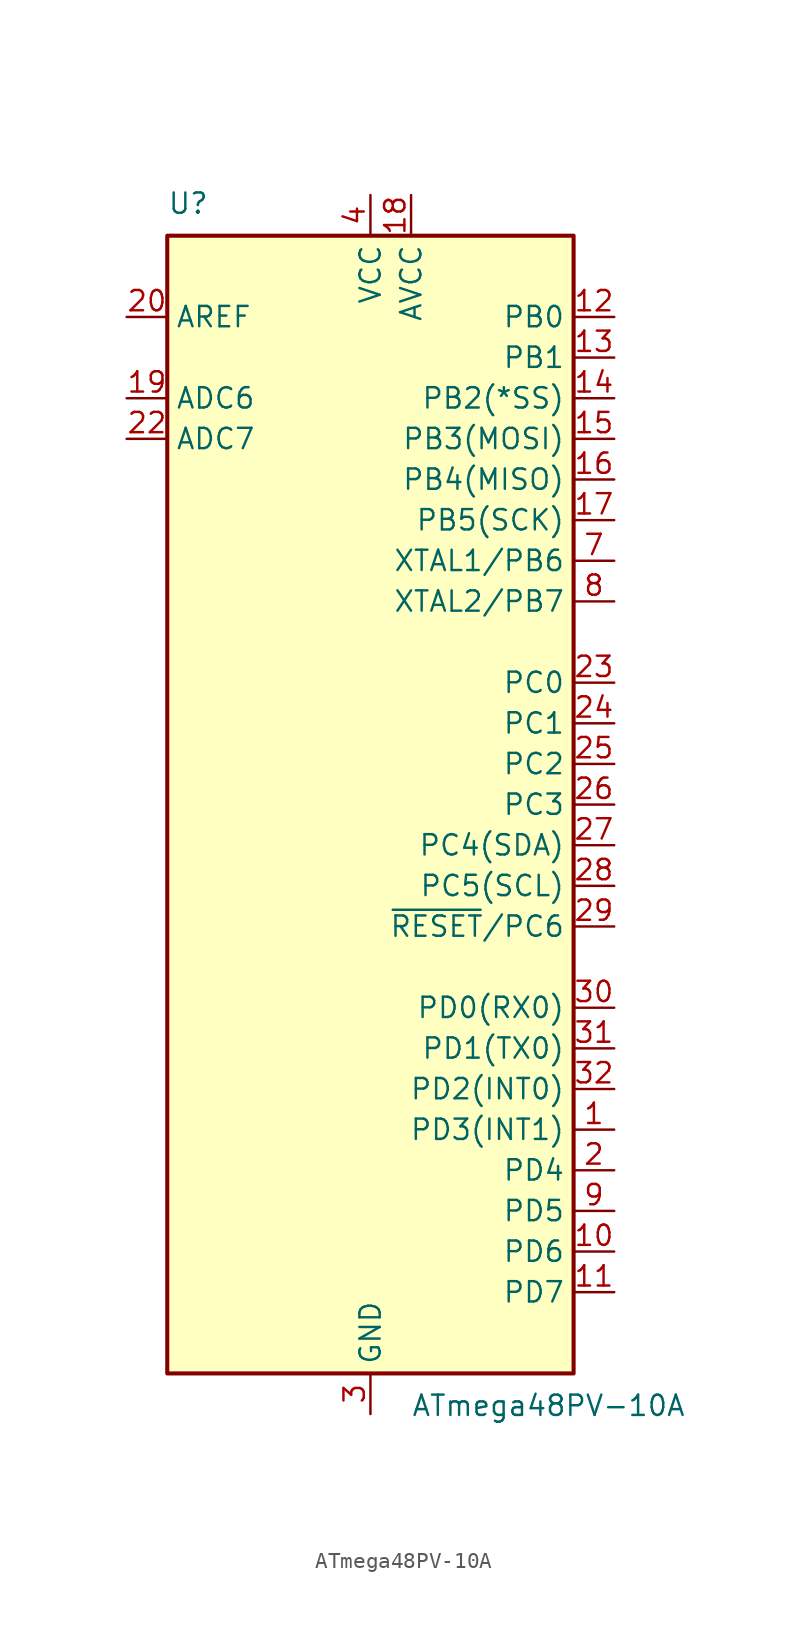
<source format=kicad_sym>
(kicad_symbol_lib
  (version 20220914)
  (generator kicad_symbol_editor)
  (symbol "ATmega48PV-10A"
    (property "Reference" "U"
      (at -12.7 36.83 0)
      (effects (font (size 1.27 1.27)) (justify left bottom)))
    (property "Value" "ATmega48PV-10A"
      (at 2.54 -36.83 0)
      (effects (font (size 1.27 1.27)) (justify left top)))
    (symbol "ATmega48PV-10A_0_1"
      (rectangle (start -12.7 35.56) (end 12.7 -35.56) (stroke (width 0.254) (type default)) (fill (type background))))
    (symbol "ATmega48PV-10A_1_1"
      (pin bidirectional line (at 15.24 -20.32 180) (length 2.54) (name "PD3(INT1)" (effects (font (size 1.27 1.27)))) (number "1" (effects (font (size 1.27 1.27)))))
      (pin bidirectional line (at 15.24 -27.94 180) (length 2.54) (name "PD6" (effects (font (size 1.27 1.27)))) (number "10" (effects (font (size 1.27 1.27)))))
      (pin bidirectional line (at 15.24 -30.48 180) (length 2.54) (name "PD7" (effects (font (size 1.27 1.27)))) (number "11" (effects (font (size 1.27 1.27)))))
      (pin bidirectional line (at 15.24 30.48 180) (length 2.54) (name "PB0" (effects (font (size 1.27 1.27)))) (number "12" (effects (font (size 1.27 1.27)))))
      (pin bidirectional line (at 15.24 27.94 180) (length 2.54) (name "PB1" (effects (font (size 1.27 1.27)))) (number "13" (effects (font (size 1.27 1.27)))))
      (pin bidirectional line (at 15.24 25.4 180) (length 2.54) (name "PB2(*SS)" (effects (font (size 1.27 1.27)))) (number "14" (effects (font (size 1.27 1.27)))))
      (pin bidirectional line (at 15.24 22.86 180) (length 2.54) (name "PB3(MOSI)" (effects (font (size 1.27 1.27)))) (number "15" (effects (font (size 1.27 1.27)))))
      (pin bidirectional line (at 15.24 20.32 180) (length 2.54) (name "PB4(MISO)" (effects (font (size 1.27 1.27)))) (number "16" (effects (font (size 1.27 1.27)))))
      (pin bidirectional line (at 15.24 17.78 180) (length 2.54) (name "PB5(SCK)" (effects (font (size 1.27 1.27)))) (number "17" (effects (font (size 1.27 1.27)))))
      (pin power_in line (at 2.54 38.1 270) (length 2.54) (name "AVCC" (effects (font (size 1.27 1.27)))) (number "18" (effects (font (size 1.27 1.27)))))
      (pin input line (at -15.24 25.4 0) (length 2.54) (name "ADC6" (effects (font (size 1.27 1.27)))) (number "19" (effects (font (size 1.27 1.27)))))
      (pin bidirectional line (at 15.24 -22.86 180) (length 2.54) (name "PD4" (effects (font (size 1.27 1.27)))) (number "2" (effects (font (size 1.27 1.27)))))
      (pin passive line (at -15.24 30.48 0) (length 2.54) (name "AREF" (effects (font (size 1.27 1.27)))) (number "20" (effects (font (size 1.27 1.27)))))
      (pin passive line (at 0 -38.1 90) (length 2.54) hide (name "GND" (effects (font (size 1.27 1.27)))) (number "21" (effects (font (size 1.27 1.27)))))
      (pin input line (at -15.24 22.86 0) (length 2.54) (name "ADC7" (effects (font (size 1.27 1.27)))) (number "22" (effects (font (size 1.27 1.27)))))
      (pin bidirectional line (at 15.24 7.62 180) (length 2.54) (name "PC0" (effects (font (size 1.27 1.27)))) (number "23" (effects (font (size 1.27 1.27)))))
      (pin bidirectional line (at 15.24 5.08 180) (length 2.54) (name "PC1" (effects (font (size 1.27 1.27)))) (number "24" (effects (font (size 1.27 1.27)))))
      (pin bidirectional line (at 15.24 2.54 180) (length 2.54) (name "PC2" (effects (font (size 1.27 1.27)))) (number "25" (effects (font (size 1.27 1.27)))))
      (pin bidirectional line (at 15.24 0 180) (length 2.54) (name "PC3" (effects (font (size 1.27 1.27)))) (number "26" (effects (font (size 1.27 1.27)))))
      (pin bidirectional line (at 15.24 -2.54 180) (length 2.54) (name "PC4(SDA)" (effects (font (size 1.27 1.27)))) (number "27" (effects (font (size 1.27 1.27)))))
      (pin bidirectional line (at 15.24 -5.08 180) (length 2.54) (name "PC5(SCL)" (effects (font (size 1.27 1.27)))) (number "28" (effects (font (size 1.27 1.27)))))
      (pin bidirectional line (at 15.24 -7.62 180) (length 2.54) (name "~{RESET}/PC6" (effects (font (size 1.27 1.27)))) (number "29" (effects (font (size 1.27 1.27)))))
      (pin power_in line (at 0 -38.1 90) (length 2.54) (name "GND" (effects (font (size 1.27 1.27)))) (number "3" (effects (font (size 1.27 1.27)))))
      (pin bidirectional line (at 15.24 -12.7 180) (length 2.54) (name "PD0(RX0)" (effects (font (size 1.27 1.27)))) (number "30" (effects (font (size 1.27 1.27)))))
      (pin bidirectional line (at 15.24 -15.24 180) (length 2.54) (name "PD1(TX0)" (effects (font (size 1.27 1.27)))) (number "31" (effects (font (size 1.27 1.27)))))
      (pin bidirectional line (at 15.24 -17.78 180) (length 2.54) (name "PD2(INT0)" (effects (font (size 1.27 1.27)))) (number "32" (effects (font (size 1.27 1.27)))))
      (pin power_in line (at 0 38.1 270) (length 2.54) (name "VCC" (effects (font (size 1.27 1.27)))) (number "4" (effects (font (size 1.27 1.27)))))
      (pin passive line (at 0 -38.1 90) (length 2.54) hide (name "GND" (effects (font (size 1.27 1.27)))) (number "5" (effects (font (size 1.27 1.27)))))
      (pin passive line (at 0 38.1 270) (length 2.54) hide (name "VCC" (effects (font (size 1.27 1.27)))) (number "6" (effects (font (size 1.27 1.27)))))
      (pin bidirectional line (at 15.24 15.24 180) (length 2.54) (name "XTAL1/PB6" (effects (font (size 1.27 1.27)))) (number "7" (effects (font (size 1.27 1.27)))))
      (pin bidirectional line (at 15.24 12.7 180) (length 2.54) (name "XTAL2/PB7" (effects (font (size 1.27 1.27)))) (number "8" (effects (font (size 1.27 1.27)))))
      (pin bidirectional line (at 15.24 -25.4 180) (length 2.54) (name "PD5" (effects (font (size 1.27 1.27)))) (number "9" (effects (font (size 1.27 1.27))))))))
</source>
